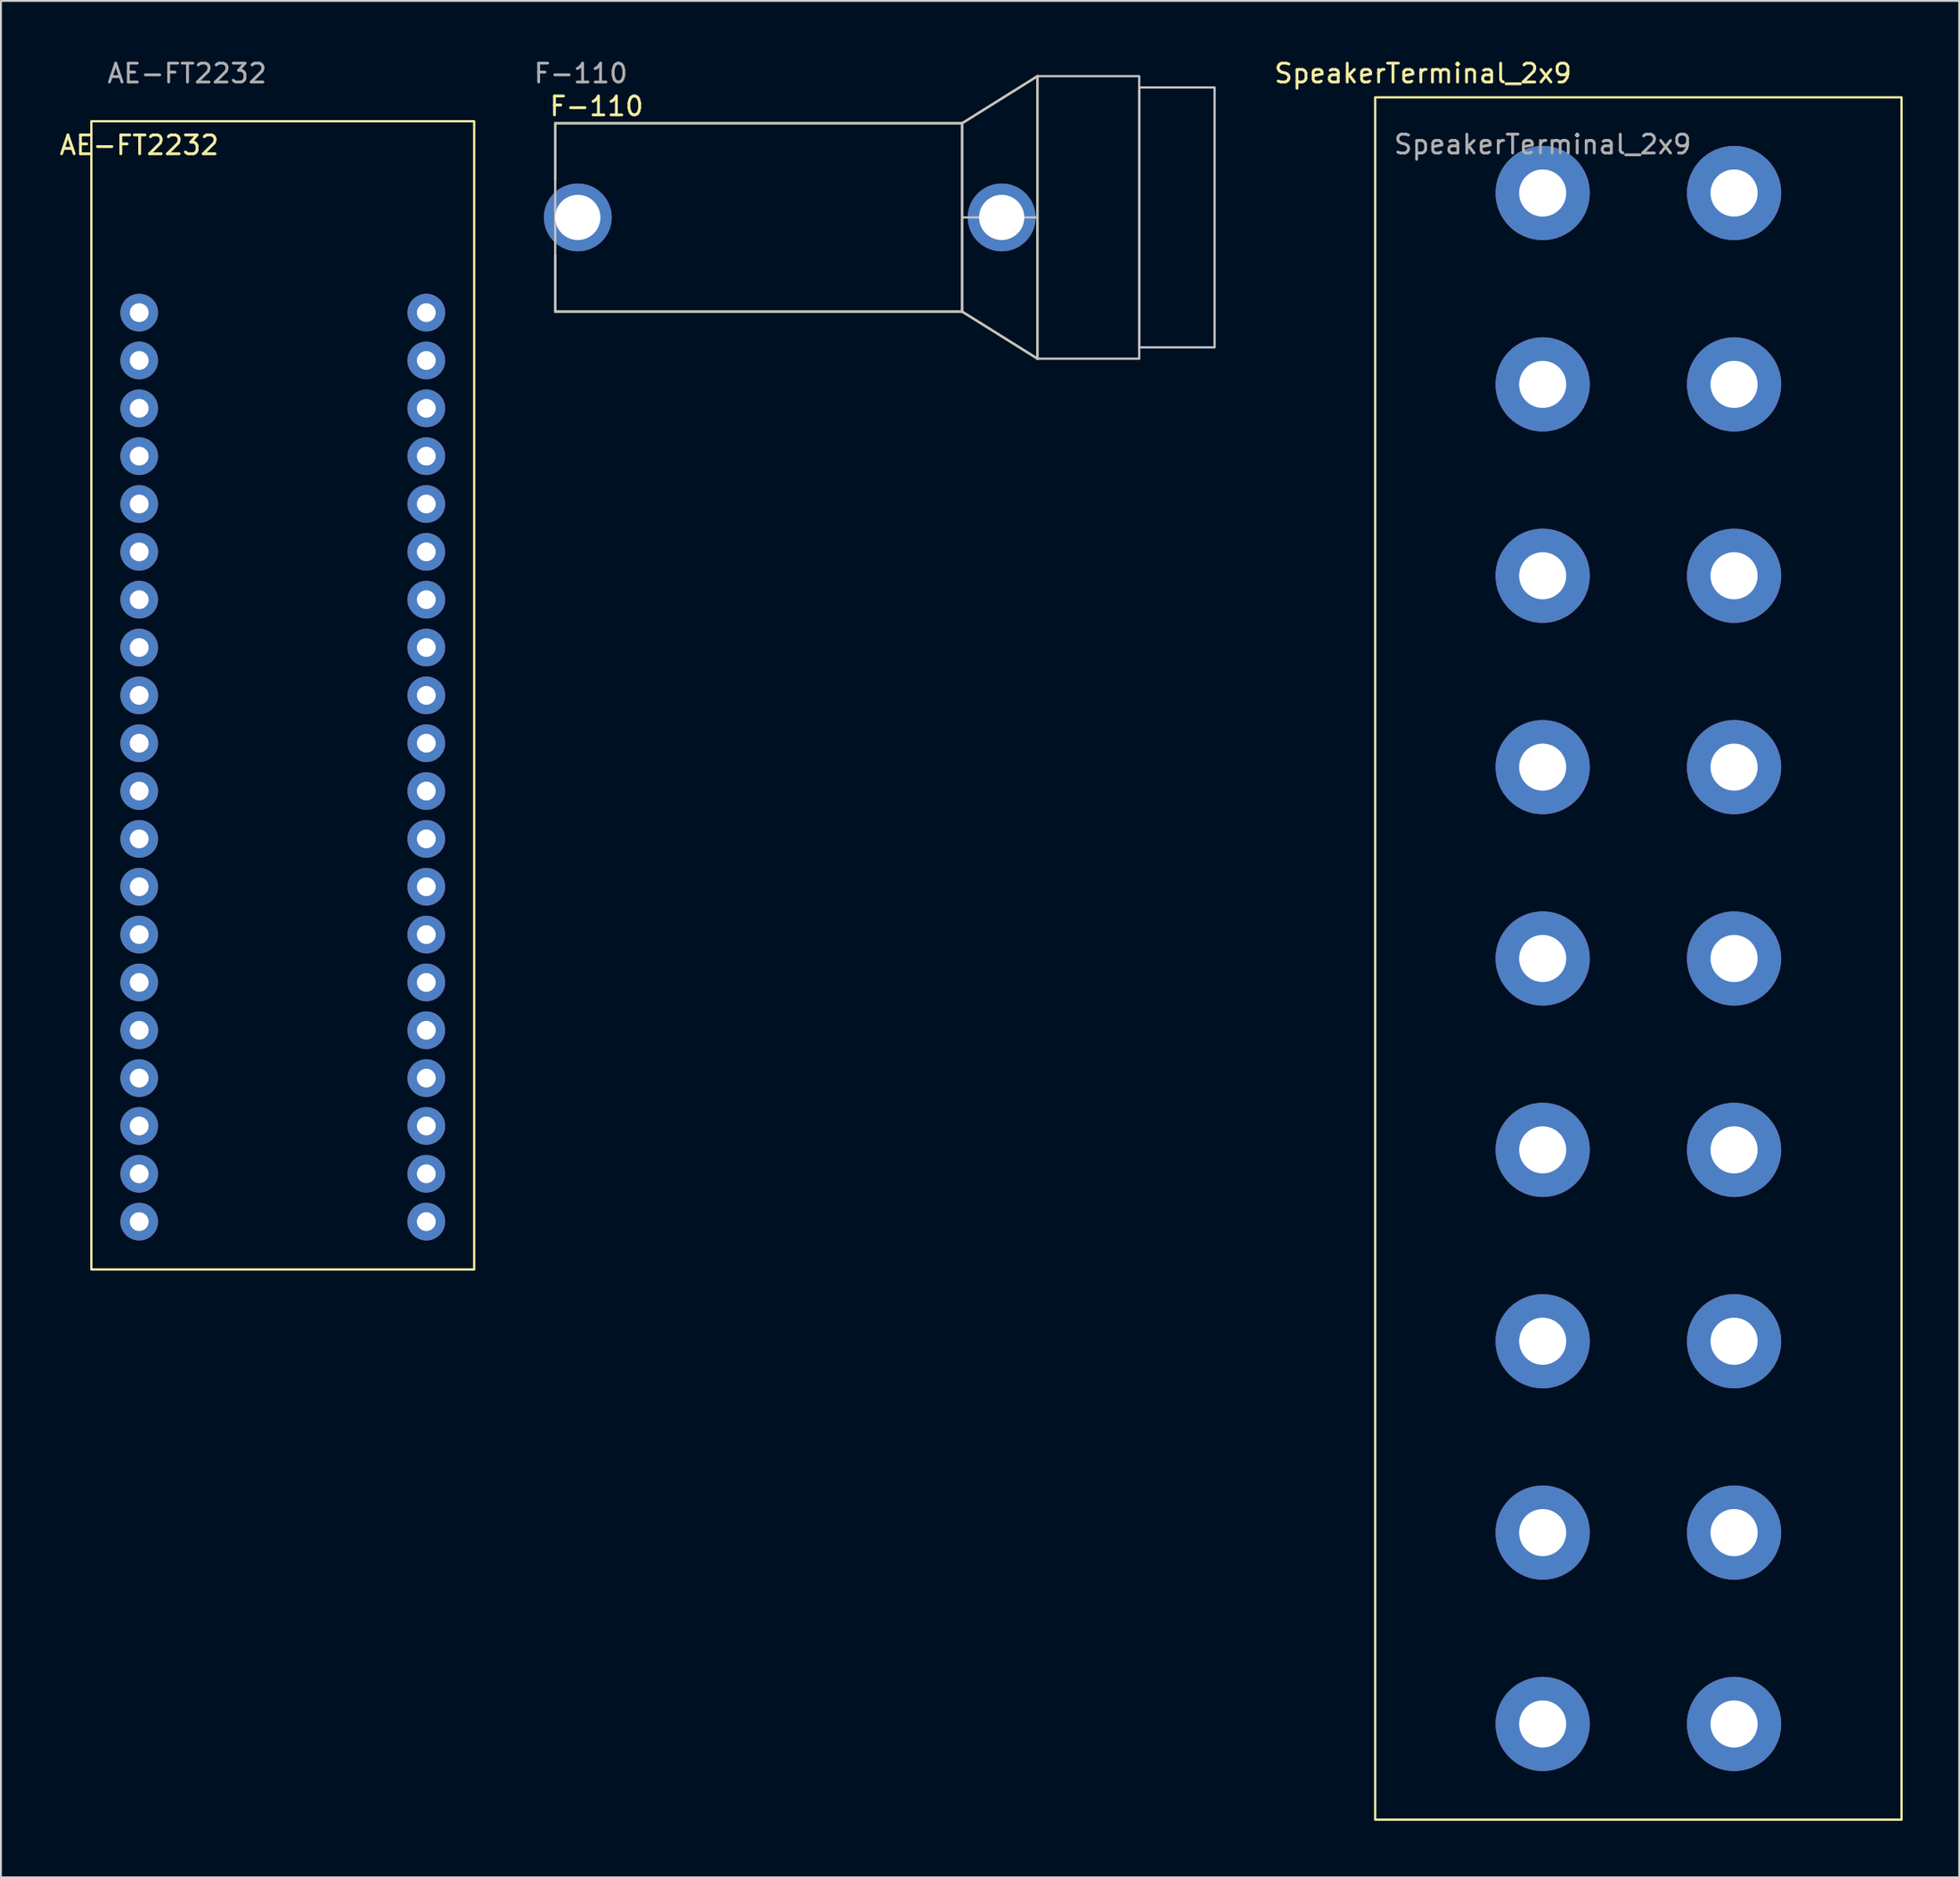
<source format=kicad_pcb>
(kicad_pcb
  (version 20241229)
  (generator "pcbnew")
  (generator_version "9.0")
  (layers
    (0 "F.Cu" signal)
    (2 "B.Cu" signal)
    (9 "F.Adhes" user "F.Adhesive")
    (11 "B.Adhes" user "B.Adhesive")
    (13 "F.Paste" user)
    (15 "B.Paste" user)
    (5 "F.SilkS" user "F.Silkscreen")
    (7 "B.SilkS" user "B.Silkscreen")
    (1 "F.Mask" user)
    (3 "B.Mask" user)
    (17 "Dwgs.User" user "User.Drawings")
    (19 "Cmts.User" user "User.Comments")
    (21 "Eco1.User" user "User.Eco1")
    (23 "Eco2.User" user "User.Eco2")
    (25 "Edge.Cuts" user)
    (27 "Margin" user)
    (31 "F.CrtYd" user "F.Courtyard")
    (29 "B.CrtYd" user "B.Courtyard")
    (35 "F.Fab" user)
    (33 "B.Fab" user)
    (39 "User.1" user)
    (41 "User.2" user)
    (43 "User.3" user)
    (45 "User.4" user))
  (footprint "SpeakerTerminal_2x9"
    (layer "F.Cu")
    (at 78.836 7.198)
    (property "Reference" "SpeakerTerminal_2x9" (at -6.35 -6.35 0) (unlocked yes) (layer "F.SilkS") (effects (font (size 1 1) (thickness 0.15))))
    (attr through_hole)
    (fp_rect (start -8.89 -5.08) (end 19.05 86.36) (stroke (width 0.12) (type default)) (fill no) (layer "F.SilkS"))
    (fp_text user "${REFERENCE}" (at 0 -2.58 0) (unlocked yes) (layer "F.Fab") (effects (font (size 1 1) (thickness 0.15))))
    (pad "1" thru_hole circle (at 0 0) (size 5 5) (drill 2.5) (layers "*.Cu" "*.Mask"))
    (pad "2" thru_hole circle (at 10.16 0) (size 5 5) (drill 2.5) (layers "*.Cu" "*.Mask"))
    (pad "3" thru_hole circle (at 0 10.16) (size 5 5) (drill 2.5) (layers "*.Cu" "*.Mask"))
    (pad "4" thru_hole circle (at 10.16 10.16) (size 5 5) (drill 2.5) (layers "*.Cu" "*.Mask"))
    (pad "5" thru_hole circle (at 0 20.32) (size 5 5) (drill 2.5) (layers "*.Cu" "*.Mask"))
    (pad "6" thru_hole circle (at 10.16 20.32) (size 5 5) (drill 2.5) (layers "*.Cu" "*.Mask"))
    (pad "7" thru_hole circle (at 0 30.48) (size 5 5) (drill 2.5) (layers "*.Cu" "*.Mask"))
    (pad "8" thru_hole circle (at 10.16 30.48) (size 5 5) (drill 2.5) (layers "*.Cu" "*.Mask"))
    (pad "9" thru_hole circle (at 0 40.64) (size 5 5) (drill 2.5) (layers "*.Cu" "*.Mask"))
    (pad "10" thru_hole circle (at 10.16 40.64) (size 5 5) (drill 2.5) (layers "*.Cu" "*.Mask"))
    (pad "11" thru_hole circle (at 0 50.8) (size 5 5) (drill 2.5) (layers "*.Cu" "*.Mask"))
    (pad "12" thru_hole circle (at 10.16 50.8) (size 5 5) (drill 2.5) (layers "*.Cu" "*.Mask"))
    (pad "13" thru_hole circle (at 0 60.96) (size 5 5) (drill 2.5) (layers "*.Cu" "*.Mask"))
    (pad "14" thru_hole circle (at 10.16 60.96) (size 5 5) (drill 2.5) (layers "*.Cu" "*.Mask"))
    (pad "15" thru_hole circle (at 0 71.12) (size 5 5) (drill 2.5) (layers "*.Cu" "*.Mask"))
    (pad "16" thru_hole circle (at 10.16 71.12) (size 5 5) (drill 2.5) (layers "*.Cu" "*.Mask"))
    (pad "17" thru_hole circle (at 0 81.28) (size 5 5) (drill 2.5) (layers "*.Cu" "*.Mask"))
    (pad "18" thru_hole circle (at 10.16 81.28) (size 5 5) (drill 2.5) (layers "*.Cu" "*.Mask")))
  (footprint "F-110"
    (layer "F.Cu")
    (at 27.62 8.493)
    (property "Reference" "F-110" (at 1 -5.9 0) (unlocked yes) (layer "F.SilkS") (effects (font (size 1 1) (thickness 0.15))))
    (attr through_hole)
    (fp_line (start -1.2 -5) (end -1.2 -2) (stroke (width 0.12) (type default)) (layer "F.SilkS"))
    (fp_line (start -1.2 5) (end -1.2 2) (stroke (width 0.12) (type default)) (layer "F.SilkS"))
    (fp_line (start -1.2 5) (end 20.4 5) (stroke (width 0.12) (type default)) (layer "F.SilkS"))
    (fp_line (start 20.4 -5) (end -1.2 -5) (stroke (width 0.12) (type default)) (layer "F.SilkS"))
    (fp_line (start 20.4 -5) (end 24.4 -7.5) (stroke (width 0.12) (type default)) (layer "F.SilkS"))
    (fp_line (start 20.4 5) (end 20.4 -5) (stroke (width 0.12) (type default)) (layer "F.SilkS"))
    (fp_line (start 24.4 -7.5) (end 24.4 7.5) (stroke (width 0.12) (type default)) (layer "F.SilkS"))
    (fp_line (start 24.4 7.5) (end 20.4 5) (stroke (width 0.12) (type default)) (layer "F.SilkS"))
    (fp_line (start 20.4 -5) (end 24.4 -7.5) (stroke (width 0.12) (type default)) (layer "Dwgs.User"))
    (fp_line (start 20.4 0) (end 20.4 -5) (stroke (width 0.12) (type default)) (layer "Dwgs.User"))
    (fp_line (start 20.4 0.1) (end 20.4 5) (stroke (width 0.12) (type default)) (layer "Dwgs.User"))
    (fp_line (start 20.4 5) (end 24.4 7.5) (stroke (width 0.12) (type default)) (layer "Dwgs.User"))
    (fp_line (start 24.4 0) (end 20.4 0) (stroke (width 0.12) (type default)) (layer "Dwgs.User"))
    (fp_rect (start -1.2 -5) (end 20.4 5) (stroke (width 0.12) (type default)) (fill no) (layer "Dwgs.User"))
    (fp_rect (start 24.4 -7.5) (end 29.8 7.5) (stroke (width 0.12) (type default)) (fill no) (layer "Dwgs.User"))
    (fp_rect (start 29.8 -6.9) (end 33.8 6.9) (stroke (width 0.12) (type default)) (fill no) (layer "Dwgs.User"))
    (fp_text user "${REFERENCE}" (at 0.16 -7.645 0) (unlocked yes) (layer "F.Fab") (effects (font (size 1 1) (thickness 0.15))))
    (pad "1" thru_hole circle (at 0 0) (size 3.6 3.6) (drill 2.4) (layers "*.Cu" "*.Mask"))
    (pad "2" thru_hole circle (at 22.5 0) (size 3.6 3.6) (drill 2.4) (layers "*.Cu" "*.Mask")))
  (footprint "AE-FT2232"
    (layer "F.Cu")
    (at 4.339 13.548)
    (property "Reference" "AE-FT2232" (at 0 -8.89 0) (unlocked yes) (layer "F.SilkS") (effects (font (size 1 1) (thickness 0.15))))
    (attr through_hole)
    (fp_rect (start -2.54 -10.16) (end 17.78 50.8) (stroke (width 0.12) (type default)) (fill no) (layer "F.SilkS"))
    (fp_text user "${REFERENCE}" (at 2.54 -12.7 0) (unlocked yes) (layer "F.Fab") (effects (font (size 1 1) (thickness 0.15))))
    (pad "1" thru_hole circle (at 15.24 48.26) (size 2 2) (drill 1) (layers "*.Cu" "*.Mask"))
    (pad "2" thru_hole circle (at 15.24 45.72) (size 2 2) (drill 1) (layers "*.Cu" "*.Mask"))
    (pad "3" thru_hole circle (at 15.24 43.18) (size 2 2) (drill 1) (layers "*.Cu" "*.Mask"))
    (pad "4" thru_hole circle (at 15.24 40.64) (size 2 2) (drill 1) (layers "*.Cu" "*.Mask"))
    (pad "5" thru_hole circle (at 15.24 38.1) (size 2 2) (drill 1) (layers "*.Cu" "*.Mask"))
    (pad "6" thru_hole circle (at 15.24 35.56) (size 2 2) (drill 1) (layers "*.Cu" "*.Mask"))
    (pad "7" thru_hole circle (at 15.24 33.02) (size 2 2) (drill 1) (layers "*.Cu" "*.Mask"))
    (pad "8" thru_hole circle (at 15.24 30.48) (size 2 2) (drill 1) (layers "*.Cu" "*.Mask"))
    (pad "9" thru_hole circle (at 15.24 27.94) (size 2 2) (drill 1) (layers "*.Cu" "*.Mask"))
    (pad "10" thru_hole circle (at 15.24 25.4) (size 2 2) (drill 1) (layers "*.Cu" "*.Mask"))
    (pad "11" thru_hole circle (at 15.24 22.86) (size 2 2) (drill 1) (layers "*.Cu" "*.Mask"))
    (pad "12" thru_hole circle (at 15.24 20.32) (size 2 2) (drill 1) (layers "*.Cu" "*.Mask"))
    (pad "13" thru_hole circle (at 15.24 17.78) (size 2 2) (drill 1) (layers "*.Cu" "*.Mask"))
    (pad "14" thru_hole circle (at 15.24 15.24) (size 2 2) (drill 1) (layers "*.Cu" "*.Mask"))
    (pad "15" thru_hole circle (at 15.24 12.7) (size 2 2) (drill 1) (layers "*.Cu" "*.Mask"))
    (pad "16" thru_hole circle (at 15.24 10.16) (size 2 2) (drill 1) (layers "*.Cu" "*.Mask"))
    (pad "17" thru_hole circle (at 15.24 7.62) (size 2 2) (drill 1) (layers "*.Cu" "*.Mask"))
    (pad "18" thru_hole circle (at 15.24 5.08) (size 2 2) (drill 1) (layers "*.Cu" "*.Mask"))
    (pad "19" thru_hole circle (at 15.24 2.54) (size 2 2) (drill 1) (layers "*.Cu" "*.Mask"))
    (pad "20" thru_hole circle (at 15.24 0) (size 2 2) (drill 1) (layers "*.Cu" "*.Mask"))
    (pad "21" thru_hole circle (at 0 0) (size 2 2) (drill 1) (layers "*.Cu" "*.Mask"))
    (pad "22" thru_hole circle (at 0 2.54) (size 2 2) (drill 1) (layers "*.Cu" "*.Mask"))
    (pad "23" thru_hole circle (at 0 5.08) (size 2 2) (drill 1) (layers "*.Cu" "*.Mask"))
    (pad "24" thru_hole circle (at 0 7.62) (size 2 2) (drill 1) (layers "*.Cu" "*.Mask"))
    (pad "25" thru_hole circle (at 0 10.16) (size 2 2) (drill 1) (layers "*.Cu" "*.Mask"))
    (pad "26" thru_hole circle (at 0 12.7) (size 2 2) (drill 1) (layers "*.Cu" "*.Mask"))
    (pad "27" thru_hole circle (at 0 15.24) (size 2 2) (drill 1) (layers "*.Cu" "*.Mask"))
    (pad "28" thru_hole circle (at 0 17.78) (size 2 2) (drill 1) (layers "*.Cu" "*.Mask"))
    (pad "29" thru_hole circle (at 0 20.32) (size 2 2) (drill 1) (layers "*.Cu" "*.Mask"))
    (pad "30" thru_hole circle (at 0 22.86) (size 2 2) (drill 1) (layers "*.Cu" "*.Mask"))
    (pad "31" thru_hole circle (at 0 25.4) (size 2 2) (drill 1) (layers "*.Cu" "*.Mask"))
    (pad "32" thru_hole circle (at 0 27.94) (size 2 2) (drill 1) (layers "*.Cu" "*.Mask"))
    (pad "33" thru_hole circle (at 0 30.48) (size 2 2) (drill 1) (layers "*.Cu" "*.Mask"))
    (pad "34" thru_hole circle (at 0 33.02) (size 2 2) (drill 1) (layers "*.Cu" "*.Mask"))
    (pad "35" thru_hole circle (at 0 35.56) (size 2 2) (drill 1) (layers "*.Cu" "*.Mask"))
    (pad "36" thru_hole circle (at 0 38.1) (size 2 2) (drill 1) (layers "*.Cu" "*.Mask"))
    (pad "37" thru_hole circle (at 0 40.64) (size 2 2) (drill 1) (layers "*.Cu" "*.Mask"))
    (pad "38" thru_hole circle (at 0 43.18) (size 2 2) (drill 1) (layers "*.Cu" "*.Mask"))
    (pad "39" thru_hole circle (at 0 45.72) (size 2 2) (drill 1) (layers "*.Cu" "*.Mask"))
    (pad "40" thru_hole circle (at 0 48.26) (size 2 2) (drill 1) (layers "*.Cu" "*.Mask")))
  (gr_rect
    (start -3 -3)
    (end 100.946 96.618)
    (stroke (width 0.1) (type default))
    (fill no)
    (layer "Edge.Cuts")))
</source>
